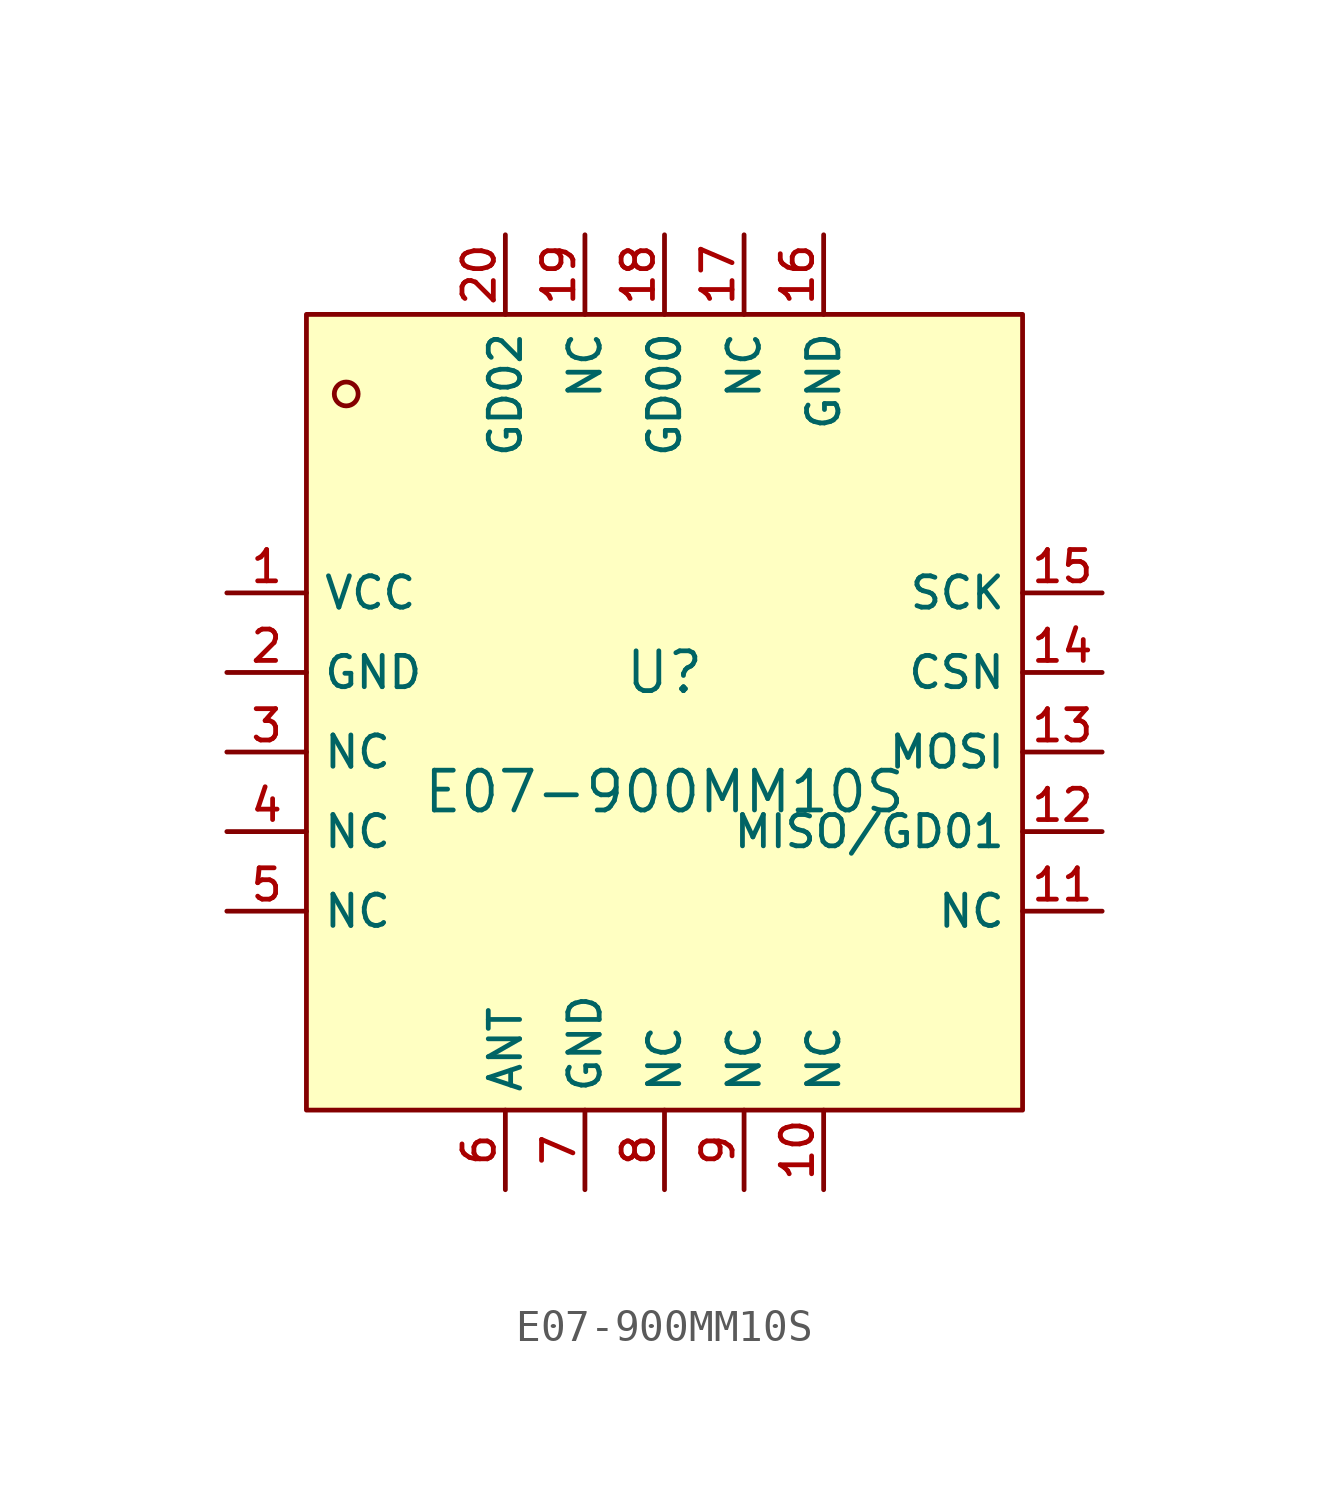
<source format=kicad_sym>
(kicad_symbol_lib
  (version 20210201)
  (generator TousstNicolas/JLC2KiCad_lib)
  (symbol "E07-900MM10S"
    (property "Reference" "U"
      (at 0 1.27 0)
      (effects (font (size 1.27 1.27))))
    (property "Value" "E07-900MM10S"
      (at 0 -2.54 0)
      (effects (font (size 1.27 1.27))))
    (symbol "E07-900MM10S_0_1"
      (rectangle (start -11.43 12.7) (end 11.43 -12.7) (stroke (width 0) (type default) (color 0 0 0 0)) (fill (type background)))
      (circle (center -10.16 10.16) (radius 0.381) (stroke (width 0) (type default) (color 0 0 0 0)) (fill (type background)))
      (pin unspecified line (at -13.97 3.81 0) (length 2.54) (name "VCC" (effects (font (size 1 1)))) (number "1" (effects (font (size 1 1)))))
      (pin unspecified line (at -13.97 1.27 0) (length 2.54) (name "GND" (effects (font (size 1 1)))) (number "2" (effects (font (size 1 1)))))
      (pin unspecified line (at -13.97 -1.27 0) (length 2.54) (name "NC" (effects (font (size 1 1)))) (number "3" (effects (font (size 1 1)))))
      (pin unspecified line (at -13.97 -3.81 0) (length 2.54) (name "NC" (effects (font (size 1 1)))) (number "4" (effects (font (size 1 1)))))
      (pin unspecified line (at -13.97 -6.35 0) (length 2.54) (name "NC" (effects (font (size 1 1)))) (number "5" (effects (font (size 1 1)))))
      (pin unspecified line (at -5.08 -15.24 90) (length 2.54) (name "ANT" (effects (font (size 1 1)))) (number "6" (effects (font (size 1 1)))))
      (pin unspecified line (at -2.54 -15.24 90) (length 2.54) (name "GND" (effects (font (size 1 1)))) (number "7" (effects (font (size 1 1)))))
      (pin unspecified line (at 0.0 -15.24 90) (length 2.54) (name "NC" (effects (font (size 1 1)))) (number "8" (effects (font (size 1 1)))))
      (pin unspecified line (at 2.54 -15.24 90) (length 2.54) (name "NC" (effects (font (size 1 1)))) (number "9" (effects (font (size 1 1)))))
      (pin unspecified line (at 5.08 -15.24 90) (length 2.54) (name "NC" (effects (font (size 1 1)))) (number "10" (effects (font (size 1 1)))))
      (pin unspecified line (at 13.97 -6.35 180) (length 2.54) (name "NC" (effects (font (size 1 1)))) (number "11" (effects (font (size 1 1)))))
      (pin unspecified line (at 13.97 -3.81 180) (length 2.54) (name "MISO/GD01" (effects (font (size 1 1)))) (number "12" (effects (font (size 1 1)))))
      (pin unspecified line (at 13.97 -1.27 180) (length 2.54) (name "MOSI" (effects (font (size 1 1)))) (number "13" (effects (font (size 1 1)))))
      (pin unspecified line (at 13.97 1.27 180) (length 2.54) (name "CSN" (effects (font (size 1 1)))) (number "14" (effects (font (size 1 1)))))
      (pin unspecified line (at 13.97 3.81 180) (length 2.54) (name "SCK" (effects (font (size 1 1)))) (number "15" (effects (font (size 1 1)))))
      (pin unspecified line (at 5.08 15.24 270) (length 2.54) (name "GND" (effects (font (size 1 1)))) (number "16" (effects (font (size 1 1)))))
      (pin unspecified line (at 2.54 15.24 270) (length 2.54) (name "NC" (effects (font (size 1 1)))) (number "17" (effects (font (size 1 1)))))
      (pin unspecified line (at 0.0 15.24 270) (length 2.54) (name "GD00" (effects (font (size 1 1)))) (number "18" (effects (font (size 1 1)))))
      (pin unspecified line (at -2.54 15.24 270) (length 2.54) (name "NC" (effects (font (size 1 1)))) (number "19" (effects (font (size 1 1)))))
      (pin unspecified line (at -5.08 15.24 270) (length 2.54) (name "GD02" (effects (font (size 1 1)))) (number "20" (effects (font (size 1 1))))))))
</source>
